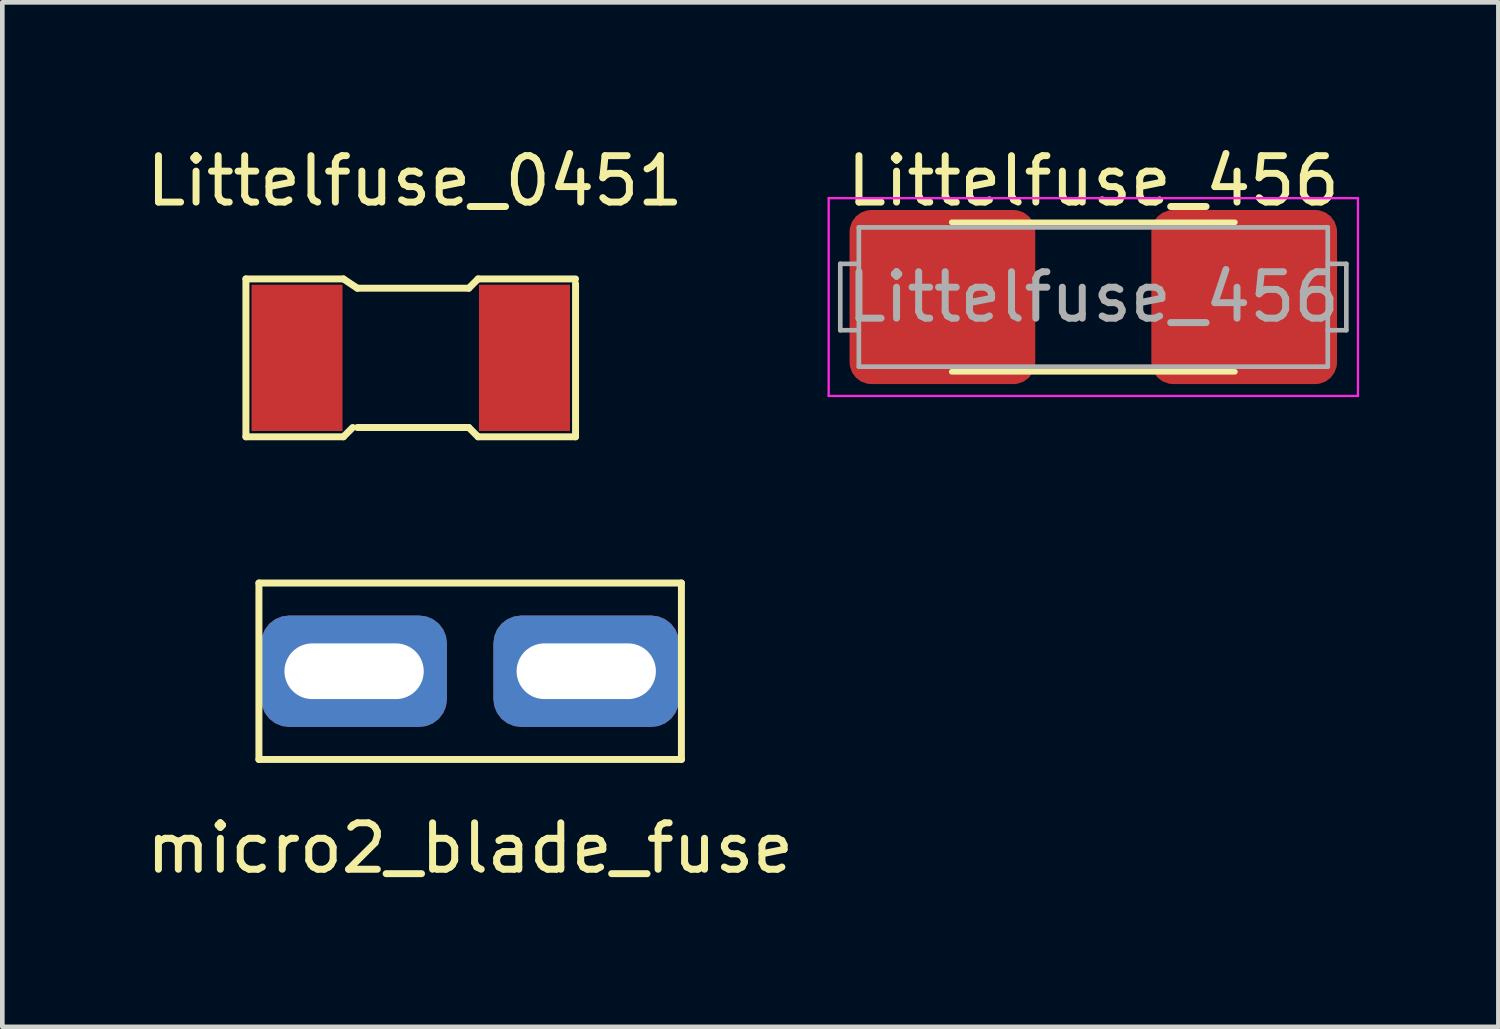
<source format=kicad_pcb>
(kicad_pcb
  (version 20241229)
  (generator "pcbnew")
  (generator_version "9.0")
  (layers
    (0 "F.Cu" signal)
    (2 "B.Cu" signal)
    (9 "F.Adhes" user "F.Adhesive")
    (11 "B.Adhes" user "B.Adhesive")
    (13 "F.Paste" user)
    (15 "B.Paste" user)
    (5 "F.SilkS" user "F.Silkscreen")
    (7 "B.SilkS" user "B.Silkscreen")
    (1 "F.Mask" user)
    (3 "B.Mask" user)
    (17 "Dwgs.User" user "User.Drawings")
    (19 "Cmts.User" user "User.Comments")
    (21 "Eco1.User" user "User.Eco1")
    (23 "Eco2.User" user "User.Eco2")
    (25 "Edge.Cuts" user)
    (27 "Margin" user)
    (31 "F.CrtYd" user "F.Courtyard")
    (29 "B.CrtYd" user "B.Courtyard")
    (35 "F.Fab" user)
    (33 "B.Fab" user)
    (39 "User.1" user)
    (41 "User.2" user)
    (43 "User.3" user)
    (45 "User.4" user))
  (footprint "Littelfuse_0451"
    (layer "F.Cu")
    (at 3.347 4.658)
    (property "Reference" "Littelfuse_0451" (at 2.54 -3.81 0) (layer "F.SilkS") (effects (font (size 1 1) (thickness 0.15))))
    (attr through_hole)
    (fp_line (start -1.1 -1.7) (end 1 -1.7) (stroke (width 0.15) (type solid)) (layer "F.SilkS"))
    (fp_line (start -1.1 1.7) (end -1.1 -1.7) (stroke (width 0.15) (type solid)) (layer "F.SilkS"))
    (fp_line (start 1 -1.7) (end 1.3 -1.5) (stroke (width 0.15) (type solid)) (layer "F.SilkS"))
    (fp_line (start 1 1.7) (end -1.1 1.7) (stroke (width 0.15) (type solid)) (layer "F.SilkS"))
    (fp_line (start 1.2 1.5) (end 1 1.7) (stroke (width 0.15) (type solid)) (layer "F.SilkS"))
    (fp_line (start 1.3 -1.5) (end 3.7 -1.5) (stroke (width 0.15) (type solid)) (layer "F.SilkS"))
    (fp_line (start 3.7 -1.5) (end 3.9 -1.7) (stroke (width 0.15) (type solid)) (layer "F.SilkS"))
    (fp_line (start 3.7 1.5) (end 1.3 1.5) (stroke (width 0.15) (type solid)) (layer "F.SilkS"))
    (fp_line (start 3.9 -1.7) (end 6 -1.7) (stroke (width 0.15) (type solid)) (layer "F.SilkS"))
    (fp_line (start 3.9 1.7) (end 3.7 1.5) (stroke (width 0.15) (type solid)) (layer "F.SilkS"))
    (fp_line (start 6 -1.6) (end 6 1.7) (stroke (width 0.15) (type solid)) (layer "F.SilkS"))
    (fp_line (start 6 1.7) (end 3.9 1.7) (stroke (width 0.15) (type solid)) (layer "F.SilkS"))
    (pad "1" smd rect (at 0 0) (size 1.96 3.15) (layers "F.Cu" "F.Mask" "F.Paste"))
    (pad "2" smd rect (at 4.9 0) (size 1.96 3.15) (layers "F.Cu" "F.Mask" "F.Paste")))
  (footprint "micro2_blade_fuse"
    (layer "F.Cu")
    (at 7.077 11.408)
    (property "Reference" "micro2_blade_fuse" (at 0 3.81 0) (layer "F.SilkS") (effects (font (size 1 1) (thickness 0.15))))
    (attr through_hole)
    (fp_line (start -4.55 -1.9) (end 4.55 -1.9) (stroke (width 0.15) (type solid)) (layer "F.SilkS"))
    (fp_line (start -4.55 1.9) (end -4.55 -1.9) (stroke (width 0.15) (type solid)) (layer "F.SilkS"))
    (fp_line (start 4.55 -1.9) (end 4.55 1.9) (stroke (width 0.15) (type solid)) (layer "F.SilkS"))
    (fp_line (start 4.55 1.9) (end -4.55 1.9) (stroke (width 0.15) (type solid)) (layer "F.SilkS"))
    (pad "1" thru_hole roundrect (at 2.5 0) (size 4 2.4) (drill oval 3 1.2) (layers "*.Cu" "*.Mask") (roundrect_rratio 0.25))
    (pad "2" thru_hole roundrect (at -2.5 0) (size 4 2.4) (drill oval 3 1.2) (layers "*.Cu" "*.Mask") (roundrect_rratio 0.25)))
  (footprint "Littelfuse_456"
    (layer "F.Cu")
    (at 20.499 3.348)
    (property "Reference" "Littelfuse_456" (at 0 -2.5 0) (layer "F.SilkS") (effects (font (size 1 1) (thickness 0.15))))
    (attr smd)
    (fp_line (start -3.05 -1.61) (end 3.05 -1.61) (stroke (width 0.12) (type solid)) (layer "F.SilkS"))
    (fp_line (start -3.05 1.61) (end 3.05 1.61) (stroke (width 0.12) (type solid)) (layer "F.SilkS"))
    (fp_line (start -5.7 -2.13) (end 5.7 -2.13) (stroke (width 0.05) (type solid)) (layer "F.CrtYd"))
    (fp_line (start -5.7 2.13) (end -5.7 -2.13) (stroke (width 0.05) (type solid)) (layer "F.CrtYd"))
    (fp_line (start 5.7 -2.13) (end 5.7 2.13) (stroke (width 0.05) (type solid)) (layer "F.CrtYd"))
    (fp_line (start 5.7 2.13) (end -5.7 2.13) (stroke (width 0.05) (type solid)) (layer "F.CrtYd"))
    (fp_line (start -5.45 0.715) (end -5.45 -0.715) (stroke (width 0.1) (type solid)) (layer "F.Fab"))
    (fp_line (start -5.05 -1.5) (end 5.05 -1.5) (stroke (width 0.1) (type solid)) (layer "F.Fab"))
    (fp_line (start -5.05 -0.715) (end -5.45 -0.715) (stroke (width 0.1) (type solid)) (layer "F.Fab"))
    (fp_line (start -5.05 0.715) (end -5.45 0.715) (stroke (width 0.1) (type solid)) (layer "F.Fab"))
    (fp_line (start -5.05 1.5) (end -5.05 -1.5) (stroke (width 0.1) (type solid)) (layer "F.Fab"))
    (fp_line (start 5.05 -1.5) (end 5.05 1.5) (stroke (width 0.1) (type solid)) (layer "F.Fab"))
    (fp_line (start 5.05 -0.715) (end 5.45 -0.715) (stroke (width 0.1) (type solid)) (layer "F.Fab"))
    (fp_line (start 5.05 0.715) (end 5.45 0.715) (stroke (width 0.1) (type solid)) (layer "F.Fab"))
    (fp_line (start 5.05 1.5) (end -5.05 1.5) (stroke (width 0.1) (type solid)) (layer "F.Fab"))
    (fp_line (start 5.45 -0.715) (end 5.45 0.715) (stroke (width 0.1) (type solid)) (layer "F.Fab"))
    (fp_text user "${REFERENCE}" (at 0 0 0) (layer "F.Fab") (effects (font (size 1 1) (thickness 0.15))))
    (pad "1" smd roundrect (at -3.25 0) (size 4 3.75) (layers "F.Cu" "F.Mask" "F.Paste") (roundrect_rratio 0.125))
    (pad "2" smd roundrect (at 3.25 0) (size 4 3.75) (layers "F.Cu" "F.Mask" "F.Paste") (roundrect_rratio 0.125)))
  (gr_rect
    (start -3 -3)
    (end 29.224 19.067)
    (stroke (width 0.1) (type default))
    (fill no)
    (layer "Edge.Cuts")))
</source>
